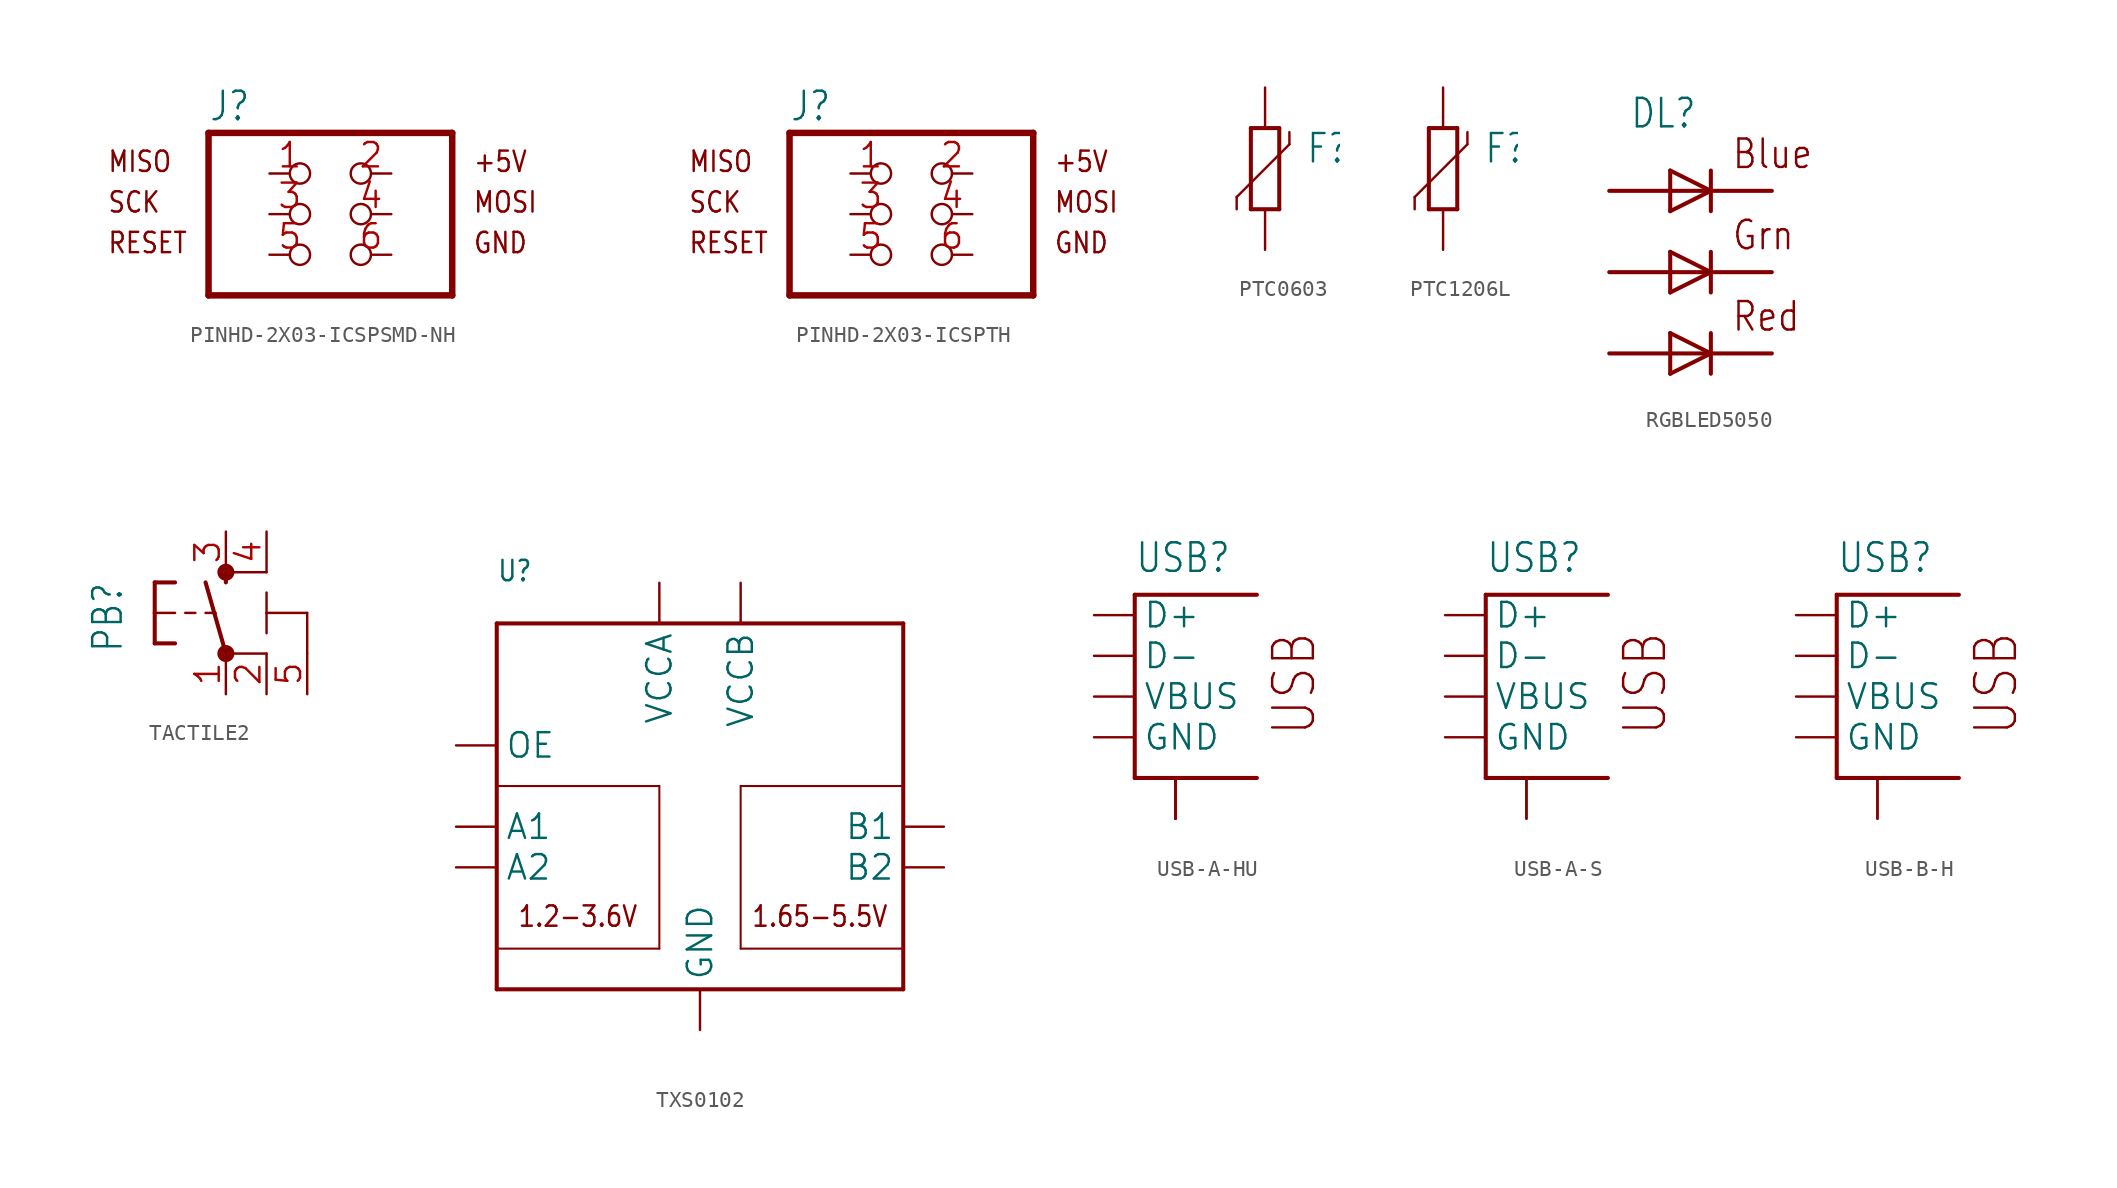
<source format=kicad_sym>
(kicad_symbol_lib
  (version 20241209)
  (generator "kicad_symbol_editor")
  (generator_version "9.0")
  (symbol "PINHD-2X03-ICSPSMD-NH"
    (property "Reference" "J"
      (at -6.35 5.715 0)
      (effects (font (size 1.778 1.511)) (justify left bottom)))
    (property "ki_locked" ""
      (at 0 0 0)
      (effects (font (size 1.27 1.27))))
    (symbol "PINHD-2X03-ICSPSMD-NH_1_0"
      (polyline (pts (xy -6.35 5.08) (xy -6.35 -5.08)) (stroke (width 0.406) (type solid)) (fill (type none)))
      (polyline (pts (xy -6.35 -5.08) (xy 8.89 -5.08)) (stroke (width 0.406) (type solid)) (fill (type none)))
      (polyline (pts (xy 8.89 5.08) (xy -6.35 5.08)) (stroke (width 0.406) (type solid)) (fill (type none)))
      (polyline (pts (xy 8.89 -5.08) (xy 8.89 5.08)) (stroke (width 0.406) (type solid)) (fill (type none)))
      (text "MISO" (at -12.7 2.54 0) (effects (font (size 1.27 1.079)) (justify left bottom)))
      (text "SCK" (at -12.7 0 0) (effects (font (size 1.27 1.079)) (justify left bottom)))
      (text "RESET" (at -12.7 -2.54 0) (effects (font (size 1.27 1.079)) (justify left bottom)))
      (text "+5V" (at 10.16 2.54 0) (effects (font (size 1.27 1.079)) (justify left bottom)))
      (text "MOSI" (at 10.16 0 0) (effects (font (size 1.27 1.079)) (justify left bottom)))
      (text "GND" (at 10.16 -2.54 0) (effects (font (size 1.27 1.079)) (justify left bottom)))
      (pin passive inverted (at -2.54 2.54 0) (length 2.54) (name "1" (effects (font (size 0 0)))) (number "1" (effects (font (size 1.524 1.524)))))
      (pin passive inverted (at -2.54 0 0) (length 2.54) (name "3" (effects (font (size 0 0)))) (number "3" (effects (font (size 1.524 1.524)))))
      (pin passive inverted (at -2.54 -2.54 0) (length 2.54) (name "5" (effects (font (size 0 0)))) (number "5" (effects (font (size 1.524 1.524)))))
      (pin passive inverted (at 5.08 2.54 180) (length 2.54) (name "2" (effects (font (size 0 0)))) (number "2" (effects (font (size 1.524 1.524)))))
      (pin passive inverted (at 5.08 0 180) (length 2.54) (name "4" (effects (font (size 0 0)))) (number "4" (effects (font (size 1.524 1.524)))))
      (pin passive inverted (at 5.08 -2.54 180) (length 2.54) (name "6" (effects (font (size 0 0)))) (number "6" (effects (font (size 1.524 1.524)))))))
  (symbol "PINHD-2X03-ICSPTH"
    (property "Reference" "J"
      (at -6.35 5.715 0)
      (effects (font (size 1.778 1.511)) (justify left bottom)))
    (property "ki_locked" ""
      (at 0 0 0)
      (effects (font (size 1.27 1.27))))
    (symbol "PINHD-2X03-ICSPTH_1_0"
      (polyline (pts (xy -6.35 5.08) (xy -6.35 -5.08)) (stroke (width 0.406) (type solid)) (fill (type none)))
      (polyline (pts (xy -6.35 -5.08) (xy 8.89 -5.08)) (stroke (width 0.406) (type solid)) (fill (type none)))
      (polyline (pts (xy 8.89 5.08) (xy -6.35 5.08)) (stroke (width 0.406) (type solid)) (fill (type none)))
      (polyline (pts (xy 8.89 -5.08) (xy 8.89 5.08)) (stroke (width 0.406) (type solid)) (fill (type none)))
      (text "MISO" (at -12.7 2.54 0) (effects (font (size 1.27 1.079)) (justify left bottom)))
      (text "SCK" (at -12.7 0 0) (effects (font (size 1.27 1.079)) (justify left bottom)))
      (text "RESET" (at -12.7 -2.54 0) (effects (font (size 1.27 1.079)) (justify left bottom)))
      (text "+5V" (at 10.16 2.54 0) (effects (font (size 1.27 1.079)) (justify left bottom)))
      (text "MOSI" (at 10.16 0 0) (effects (font (size 1.27 1.079)) (justify left bottom)))
      (text "GND" (at 10.16 -2.54 0) (effects (font (size 1.27 1.079)) (justify left bottom)))
      (pin passive inverted (at -2.54 2.54 0) (length 2.54) (name "1" (effects (font (size 0 0)))) (number "1" (effects (font (size 1.524 1.524)))))
      (pin passive inverted (at -2.54 0 0) (length 2.54) (name "3" (effects (font (size 0 0)))) (number "3" (effects (font (size 1.524 1.524)))))
      (pin passive inverted (at -2.54 -2.54 0) (length 2.54) (name "5" (effects (font (size 0 0)))) (number "5" (effects (font (size 1.524 1.524)))))
      (pin passive inverted (at 5.08 2.54 180) (length 2.54) (name "2" (effects (font (size 0 0)))) (number "2" (effects (font (size 1.524 1.524)))))
      (pin passive inverted (at 5.08 0 180) (length 2.54) (name "4" (effects (font (size 0 0)))) (number "4" (effects (font (size 1.524 1.524)))))
      (pin passive inverted (at 5.08 -2.54 180) (length 2.54) (name "6" (effects (font (size 0 0)))) (number "6" (effects (font (size 1.524 1.524)))))))
  (symbol "PTC0603"
    (property "Reference" "F"
      (at 2.54 0.229 0)
      (effects (font (size 1.778 1.511)) (justify left bottom)))
    (property "Value" ""
      (at 2.54 -1.905 0)
      (effects (font (size 1.778 1.511)) (justify left bottom)))
    (property "ki_locked" ""
      (at 0 0 0)
      (effects (font (size 1.27 1.27))))
    (symbol "PTC0603_1_0"
      (polyline (pts (xy -1.778 -1.778) (xy -1.778 -2.54)) (stroke (width 0.152) (type solid)) (fill (type none)))
      (polyline (pts (xy -0.889 2.54) (xy -0.889 -2.54)) (stroke (width 0.254) (type solid)) (fill (type none)))
      (polyline (pts (xy 0.889 2.54) (xy -0.889 2.54)) (stroke (width 0.254) (type solid)) (fill (type none)))
      (polyline (pts (xy 0.889 -2.54) (xy -0.889 -2.54)) (stroke (width 0.254) (type solid)) (fill (type none)))
      (polyline (pts (xy 0.889 -2.54) (xy 0.889 2.54)) (stroke (width 0.254) (type solid)) (fill (type none)))
      (polyline (pts (xy 1.524 2.286) (xy 1.524 1.524)) (stroke (width 0.152) (type solid)) (fill (type none)))
      (polyline (pts (xy 1.524 1.524) (xy -1.778 -1.778)) (stroke (width 0.152) (type solid)) (fill (type none)))
      (pin passive line (at 0 5.08 270) (length 2.54) (name "2" (effects (font (size 0 0)))) (number "2" (effects (font (size 0 0)))))
      (pin passive line (at 0 -5.08 90) (length 2.54) (name "1" (effects (font (size 0 0)))) (number "1" (effects (font (size 0 0)))))))
  (symbol "PTC1206L"
    (property "Reference" "F"
      (at 2.54 0.229 0)
      (effects (font (size 1.778 1.511)) (justify left bottom)))
    (property "Value" ""
      (at 2.54 -1.905 0)
      (effects (font (size 1.778 1.511)) (justify left bottom)))
    (property "ki_locked" ""
      (at 0 0 0)
      (effects (font (size 1.27 1.27))))
    (symbol "PTC1206L_1_0"
      (polyline (pts (xy -1.778 -1.778) (xy -1.778 -2.54)) (stroke (width 0.152) (type solid)) (fill (type none)))
      (polyline (pts (xy -0.889 2.54) (xy -0.889 -2.54)) (stroke (width 0.254) (type solid)) (fill (type none)))
      (polyline (pts (xy 0.889 2.54) (xy -0.889 2.54)) (stroke (width 0.254) (type solid)) (fill (type none)))
      (polyline (pts (xy 0.889 -2.54) (xy -0.889 -2.54)) (stroke (width 0.254) (type solid)) (fill (type none)))
      (polyline (pts (xy 0.889 -2.54) (xy 0.889 2.54)) (stroke (width 0.254) (type solid)) (fill (type none)))
      (polyline (pts (xy 1.524 2.286) (xy 1.524 1.524)) (stroke (width 0.152) (type solid)) (fill (type none)))
      (polyline (pts (xy 1.524 1.524) (xy -1.778 -1.778)) (stroke (width 0.152) (type solid)) (fill (type none)))
      (pin passive line (at 0 5.08 270) (length 2.54) (name "2" (effects (font (size 0 0)))) (number "2" (effects (font (size 0 0)))))
      (pin passive line (at 0 -5.08 90) (length 2.54) (name "1" (effects (font (size 0 0)))) (number "1" (effects (font (size 0 0)))))))
  (symbol "RGBLED5050"
    (property "Reference" "DL"
      (at -3.81 8.89 0)
      (effects (font (size 1.778 1.511)) (justify left bottom)))
    (property "ki_locked" ""
      (at 0 0 0)
      (effects (font (size 1.27 1.27))))
    (symbol "RGBLED5050_1_0"
      (polyline (pts (xy -1.27 6.35) (xy -1.27 3.81)) (stroke (width 0.254) (type solid)) (fill (type none)))
      (polyline (pts (xy -1.27 3.81) (xy 1.27 5.08)) (stroke (width 0.254) (type solid)) (fill (type none)))
      (polyline (pts (xy -1.27 1.27) (xy -1.27 -1.27)) (stroke (width 0.254) (type solid)) (fill (type none)))
      (polyline (pts (xy -1.27 -1.27) (xy 1.27 0)) (stroke (width 0.254) (type solid)) (fill (type none)))
      (polyline (pts (xy -1.27 -3.81) (xy -1.27 -6.35)) (stroke (width 0.254) (type solid)) (fill (type none)))
      (polyline (pts (xy -1.27 -6.35) (xy 1.27 -5.08)) (stroke (width 0.254) (type solid)) (fill (type none)))
      (polyline (pts (xy 1.27 6.35) (xy 1.27 5.08)) (stroke (width 0.254) (type solid)) (fill (type none)))
      (polyline (pts (xy 1.27 5.08) (xy -5.08 5.08)) (stroke (width 0.254) (type solid)) (fill (type none)))
      (polyline (pts (xy 1.27 5.08) (xy -1.27 6.35)) (stroke (width 0.254) (type solid)) (fill (type none)))
      (polyline (pts (xy 1.27 5.08) (xy 1.27 3.81)) (stroke (width 0.254) (type solid)) (fill (type none)))
      (polyline (pts (xy 1.27 5.08) (xy 5.08 5.08)) (stroke (width 0.254) (type solid)) (fill (type none)))
      (polyline (pts (xy 1.27 1.27) (xy 1.27 0)) (stroke (width 0.254) (type solid)) (fill (type none)))
      (polyline (pts (xy 1.27 0) (xy -5.08 0)) (stroke (width 0.254) (type solid)) (fill (type none)))
      (polyline (pts (xy 1.27 0) (xy -1.27 1.27)) (stroke (width 0.254) (type solid)) (fill (type none)))
      (polyline (pts (xy 1.27 0) (xy 1.27 -1.27)) (stroke (width 0.254) (type solid)) (fill (type none)))
      (polyline (pts (xy 1.27 -5.08) (xy -5.08 -5.08)) (stroke (width 0.254) (type solid)) (fill (type none)))
      (polyline (pts (xy 1.27 -5.08) (xy -1.27 -3.81)) (stroke (width 0.254) (type solid)) (fill (type none)))
      (polyline (pts (xy 1.27 -5.08) (xy 1.27 -3.81)) (stroke (width 0.254) (type solid)) (fill (type none)))
      (polyline (pts (xy 1.27 -5.08) (xy 5.08 -5.08)) (stroke (width 0.254) (type solid)) (fill (type none)))
      (polyline (pts (xy 1.27 -6.35) (xy 1.27 -5.08)) (stroke (width 0.254) (type solid)) (fill (type none)))
      (polyline (pts (xy 5.08 0) (xy 1.27 0)) (stroke (width 0.254) (type solid)) (fill (type none)))
      (text "Blue" (at 2.54 6.35 0) (effects (font (size 1.778 1.511)) (justify left bottom)))
      (text "Grn" (at 2.54 1.27 0) (effects (font (size 1.778 1.511)) (justify left bottom)))
      (text "Red" (at 2.54 -3.81 0) (effects (font (size 1.778 1.511)) (justify left bottom)))
      (pin bidirectional line (at -5.08 5.08 0) (length 0) (name "BLUE_A" (effects (font (size 0 0)))) (number "3" (effects (font (size 0 0)))))
      (pin bidirectional line (at -5.08 0 0) (length 0) (name "GREEN_A" (effects (font (size 0 0)))) (number "1" (effects (font (size 0 0)))))
      (pin bidirectional line (at -5.08 -5.08 0) (length 0) (name "RED_A" (effects (font (size 0 0)))) (number "2" (effects (font (size 0 0)))))
      (pin bidirectional line (at 5.08 5.08 180) (length 0) (name "BLUE_C" (effects (font (size 0 0)))) (number "4" (effects (font (size 0 0)))))
      (pin bidirectional line (at 5.08 0 180) (length 0) (name "GREEN_C" (effects (font (size 0 0)))) (number "6" (effects (font (size 0 0)))))
      (pin bidirectional line (at 5.08 -5.08 180) (length 0) (name "RED_C" (effects (font (size 0 0)))) (number "5" (effects (font (size 0 0)))))))
  (symbol "TACTILE2"
    (property "Reference" "PB"
      (at -6.35 -2.54 90)
      (effects (font (size 1.778 1.511)) (justify left bottom)))
    (property "Value" ""
      (at -3.81 3.175 90)
      (effects (font (size 1.778 1.511)) (justify left bottom)))
    (property "ki_locked" ""
      (at 0 0 0)
      (effects (font (size 1.27 1.27))))
    (symbol "TACTILE2_1_0"
      (polyline (pts (xy -4.445 1.905) (xy -4.445 0)) (stroke (width 0.254) (type solid)) (fill (type none)))
      (polyline (pts (xy -4.445 1.905) (xy -3.175 1.905)) (stroke (width 0.254) (type solid)) (fill (type none)))
      (polyline (pts (xy -4.445 0) (xy -4.445 -1.905)) (stroke (width 0.254) (type solid)) (fill (type none)))
      (polyline (pts (xy -4.445 0) (xy -3.175 0)) (stroke (width 0.152) (type solid)) (fill (type none)))
      (polyline (pts (xy -4.445 -1.905) (xy -3.175 -1.905)) (stroke (width 0.254) (type solid)) (fill (type none)))
      (polyline (pts (xy -2.54 0) (xy -1.905 0)) (stroke (width 0.152) (type solid)) (fill (type none)))
      (polyline (pts (xy -1.27 0) (xy -0.635 0)) (stroke (width 0.152) (type solid)) (fill (type none)))
      (circle (center 0 2.54) (radius 0.127) (stroke (width 0.406) (type solid)) (fill (type none)))
      (polyline (pts (xy 0 1.905) (xy 0 2.54)) (stroke (width 0.254) (type solid)) (fill (type none)))
      (polyline (pts (xy 0 -2.54) (xy -1.27 1.905)) (stroke (width 0.254) (type solid)) (fill (type none)))
      (circle (center 0 -2.54) (radius 0.127) (stroke (width 0.406) (type solid)) (fill (type none)))
      (polyline (pts (xy 2.54 2.54) (xy 0 2.54)) (stroke (width 0.152) (type solid)) (fill (type none)))
      (polyline (pts (xy 2.54 0) (xy 2.54 1.27)) (stroke (width 0.152) (type solid)) (fill (type none)))
      (polyline (pts (xy 2.54 0) (xy 2.54 -1.27)) (stroke (width 0.152) (type solid)) (fill (type none)))
      (polyline (pts (xy 2.54 -2.54) (xy 0 -2.54)) (stroke (width 0.152) (type solid)) (fill (type none)))
      (polyline (pts (xy 5.08 0) (xy 2.54 0)) (stroke (width 0.152) (type solid)) (fill (type none)))
      (polyline (pts (xy 5.08 -2.54) (xy 5.08 0)) (stroke (width 0.152) (type solid)) (fill (type none)))
      (pin passive line (at 0 5.08 270) (length 2.54) (name "3" (effects (font (size 0 0)))) (number "3" (effects (font (size 1.524 1.524)))))
      (pin passive line (at 0 -5.08 90) (length 2.54) (name "1" (effects (font (size 0 0)))) (number "1" (effects (font (size 1.524 1.524)))))
      (pin passive line (at 2.54 5.08 270) (length 2.54) (name "4" (effects (font (size 0 0)))) (number "4" (effects (font (size 1.524 1.524)))))
      (pin passive line (at 2.54 -5.08 90) (length 2.54) (name "2" (effects (font (size 0 0)))) (number "2" (effects (font (size 1.524 1.524)))))
      (pin power_in line (at 5.08 -5.08 90) (length 2.54) (name "5-GND" (effects (font (size 0 0)))) (number "5" (effects (font (size 1.524 1.524)))))))
  (symbol "TXS0102"
    (property "Reference" "U"
      (at -12.7 12.7 0)
      (effects (font (size 1.27 1.079)) (justify left bottom)))
    (property "Value" ""
      (at -12.7 -15.24 0)
      (effects (font (size 1.27 1.079)) (justify left bottom)))
    (property "ki_locked" ""
      (at 0 0 0)
      (effects (font (size 1.27 1.27))))
    (symbol "TXS0102_1_0"
      (polyline (pts (xy -12.7 10.16) (xy 12.7 10.16)) (stroke (width 0.254) (type solid)) (fill (type none)))
      (polyline (pts (xy -12.7 -10.16) (xy -2.54 -10.16)) (stroke (width 0.127) (type solid)) (fill (type none)))
      (polyline (pts (xy -12.7 -12.7) (xy -12.7 10.16)) (stroke (width 0.254) (type solid)) (fill (type none)))
      (polyline (pts (xy -2.54 0) (xy -12.7 0)) (stroke (width 0.127) (type solid)) (fill (type none)))
      (polyline (pts (xy -2.54 -10.16) (xy -2.54 0)) (stroke (width 0.127) (type solid)) (fill (type none)))
      (polyline (pts (xy 2.54 0) (xy 2.54 -10.16)) (stroke (width 0.127) (type solid)) (fill (type none)))
      (polyline (pts (xy 2.54 -10.16) (xy 12.7 -10.16)) (stroke (width 0.127) (type solid)) (fill (type none)))
      (polyline (pts (xy 12.7 10.16) (xy 12.7 -12.7)) (stroke (width 0.254) (type solid)) (fill (type none)))
      (polyline (pts (xy 12.7 0) (xy 2.54 0)) (stroke (width 0.127) (type solid)) (fill (type none)))
      (polyline (pts (xy 12.7 -12.7) (xy -12.7 -12.7)) (stroke (width 0.254) (type solid)) (fill (type none)))
      (text "1.2-3.6V" (at -11.43 -8.89 0) (effects (font (size 1.27 1.079)) (justify left bottom)))
      (text "1.65-5.5V" (at 3.175 -8.89 0) (effects (font (size 1.27 1.079)) (justify left bottom)))
      (pin bidirectional line (at -15.24 2.54 0) (length 2.54) (name "OE" (effects (font (size 1.524 1.524)))) (number "P$6" (effects (font (size 0 0)))))
      (pin bidirectional line (at -15.24 -2.54 0) (length 2.54) (name "A1" (effects (font (size 1.524 1.524)))) (number "P$5" (effects (font (size 0 0)))))
      (pin bidirectional line (at -15.24 -5.08 0) (length 2.54) (name "A2" (effects (font (size 1.524 1.524)))) (number "P$4" (effects (font (size 0 0)))))
      (pin bidirectional line (at -2.54 12.7 270) (length 2.54) (name "VCCA" (effects (font (size 1.524 1.524)))) (number "P$3" (effects (font (size 0 0)))))
      (pin bidirectional line (at 0 -15.24 90) (length 2.54) (name "GND" (effects (font (size 1.524 1.524)))) (number "P$2" (effects (font (size 0 0)))))
      (pin bidirectional line (at 2.54 12.7 270) (length 2.54) (name "VCCB" (effects (font (size 1.524 1.524)))) (number "P$7" (effects (font (size 0 0)))))
      (pin bidirectional line (at 15.24 -2.54 180) (length 2.54) (name "B1" (effects (font (size 1.524 1.524)))) (number "P$8" (effects (font (size 0 0)))))
      (pin bidirectional line (at 15.24 -5.08 180) (length 2.54) (name "B2" (effects (font (size 1.524 1.524)))) (number "P$1" (effects (font (size 0 0)))))))
  (symbol "USB-A-HU"
    (property "Reference" "USB"
      (at 0 10.16 0)
      (effects (font (size 1.778 1.511)) (justify left bottom)))
    (property "ki_locked" ""
      (at 0 0 0)
      (effects (font (size 1.27 1.27))))
    (symbol "USB-A-HU_1_0"
      (polyline (pts (xy 0 8.89) (xy 0 -2.54)) (stroke (width 0.254) (type solid)) (fill (type none)))
      (polyline (pts (xy 0 -2.54) (xy 7.62 -2.54)) (stroke (width 0.254) (type solid)) (fill (type none)))
      (polyline (pts (xy 7.62 8.89) (xy 0 8.89)) (stroke (width 0.254) (type solid)) (fill (type none)))
      (text "USB" (at 11.43 0 900) (effects (font (size 2.54 2.159)) (justify left bottom)))
      (pin bidirectional line (at -2.54 7.62 0) (length 2.54) (name "D+" (effects (font (size 1.524 1.524)))) (number "D+" (effects (font (size 0 0)))))
      (pin bidirectional line (at -2.54 5.08 0) (length 2.54) (name "D-" (effects (font (size 1.524 1.524)))) (number "D-" (effects (font (size 0 0)))))
      (pin bidirectional line (at -2.54 2.54 0) (length 2.54) (name "VBUS" (effects (font (size 1.524 1.524)))) (number "VBUS" (effects (font (size 0 0)))))
      (pin bidirectional line (at -2.54 0 0) (length 2.54) (name "GND" (effects (font (size 1.524 1.524)))) (number "GND" (effects (font (size 0 0)))))
      (pin bidirectional line (at 2.54 -5.08 90) (length 2.54) (name "SHIELD" (effects (font (size 0 0)))) (number "SHIELD1" (effects (font (size 0 0)))))
      (pin bidirectional line (at 2.54 -5.08 90) (length 2.54) (name "SHIELD" (effects (font (size 0 0)))) (number "SHIELD2" (effects (font (size 0 0)))))
      (pin bidirectional line (at 2.54 -5.08 90) (length 2.54) (name "SHIELD" (effects (font (size 0 0)))) (number "SHIELD3" (effects (font (size 0 0)))))
      (pin bidirectional line (at 2.54 -5.08 90) (length 2.54) (name "SHIELD" (effects (font (size 0 0)))) (number "SHIELD4" (effects (font (size 0 0)))))))
  (symbol "USB-A-S"
    (property "Reference" "USB"
      (at 0 10.16 0)
      (effects (font (size 1.778 1.511)) (justify left bottom)))
    (property "ki_locked" ""
      (at 0 0 0)
      (effects (font (size 1.27 1.27))))
    (symbol "USB-A-S_1_0"
      (polyline (pts (xy 0 8.89) (xy 0 -2.54)) (stroke (width 0.254) (type solid)) (fill (type none)))
      (polyline (pts (xy 0 -2.54) (xy 7.62 -2.54)) (stroke (width 0.254) (type solid)) (fill (type none)))
      (polyline (pts (xy 7.62 8.89) (xy 0 8.89)) (stroke (width 0.254) (type solid)) (fill (type none)))
      (text "USB" (at 11.43 0 900) (effects (font (size 2.54 2.159)) (justify left bottom)))
      (pin bidirectional line (at -2.54 7.62 0) (length 2.54) (name "D+" (effects (font (size 1.524 1.524)))) (number "D+" (effects (font (size 0 0)))))
      (pin bidirectional line (at -2.54 5.08 0) (length 2.54) (name "D-" (effects (font (size 1.524 1.524)))) (number "D-" (effects (font (size 0 0)))))
      (pin bidirectional line (at -2.54 2.54 0) (length 2.54) (name "VBUS" (effects (font (size 1.524 1.524)))) (number "VBUS" (effects (font (size 0 0)))))
      (pin bidirectional line (at -2.54 0 0) (length 2.54) (name "GND" (effects (font (size 1.524 1.524)))) (number "GND" (effects (font (size 0 0)))))
      (pin bidirectional line (at 2.54 -5.08 90) (length 2.54) (name "SHIELD" (effects (font (size 0 0)))) (number "SHIELD1" (effects (font (size 0 0)))))
      (pin bidirectional line (at 2.54 -5.08 90) (length 2.54) (name "SHIELD" (effects (font (size 0 0)))) (number "SHIELD2" (effects (font (size 0 0)))))))
  (symbol "USB-B-H"
    (property "Reference" "USB"
      (at 0 10.16 0)
      (effects (font (size 1.778 1.511)) (justify left bottom)))
    (property "ki_locked" ""
      (at 0 0 0)
      (effects (font (size 1.27 1.27))))
    (symbol "USB-B-H_1_0"
      (polyline (pts (xy 0 8.89) (xy 0 -2.54)) (stroke (width 0.254) (type solid)) (fill (type none)))
      (polyline (pts (xy 0 -2.54) (xy 7.62 -2.54)) (stroke (width 0.254) (type solid)) (fill (type none)))
      (polyline (pts (xy 7.62 8.89) (xy 0 8.89)) (stroke (width 0.254) (type solid)) (fill (type none)))
      (text "USB" (at 11.43 0 900) (effects (font (size 2.54 2.159)) (justify left bottom)))
      (pin bidirectional line (at -2.54 7.62 0) (length 2.54) (name "D+" (effects (font (size 1.524 1.524)))) (number "D+" (effects (font (size 0 0)))))
      (pin bidirectional line (at -2.54 5.08 0) (length 2.54) (name "D-" (effects (font (size 1.524 1.524)))) (number "D-" (effects (font (size 0 0)))))
      (pin bidirectional line (at -2.54 2.54 0) (length 2.54) (name "VBUS" (effects (font (size 1.524 1.524)))) (number "VBUS" (effects (font (size 0 0)))))
      (pin bidirectional line (at -2.54 0 0) (length 2.54) (name "GND" (effects (font (size 1.524 1.524)))) (number "GND" (effects (font (size 0 0)))))
      (pin bidirectional line (at 2.54 -5.08 90) (length 2.54) (name "SHIELD" (effects (font (size 0 0)))) (number "SHIELD1" (effects (font (size 0 0)))))
      (pin bidirectional line (at 2.54 -5.08 90) (length 2.54) (name "SHIELD" (effects (font (size 0 0)))) (number "SHIELD2" (effects (font (size 0 0))))))))
</source>
